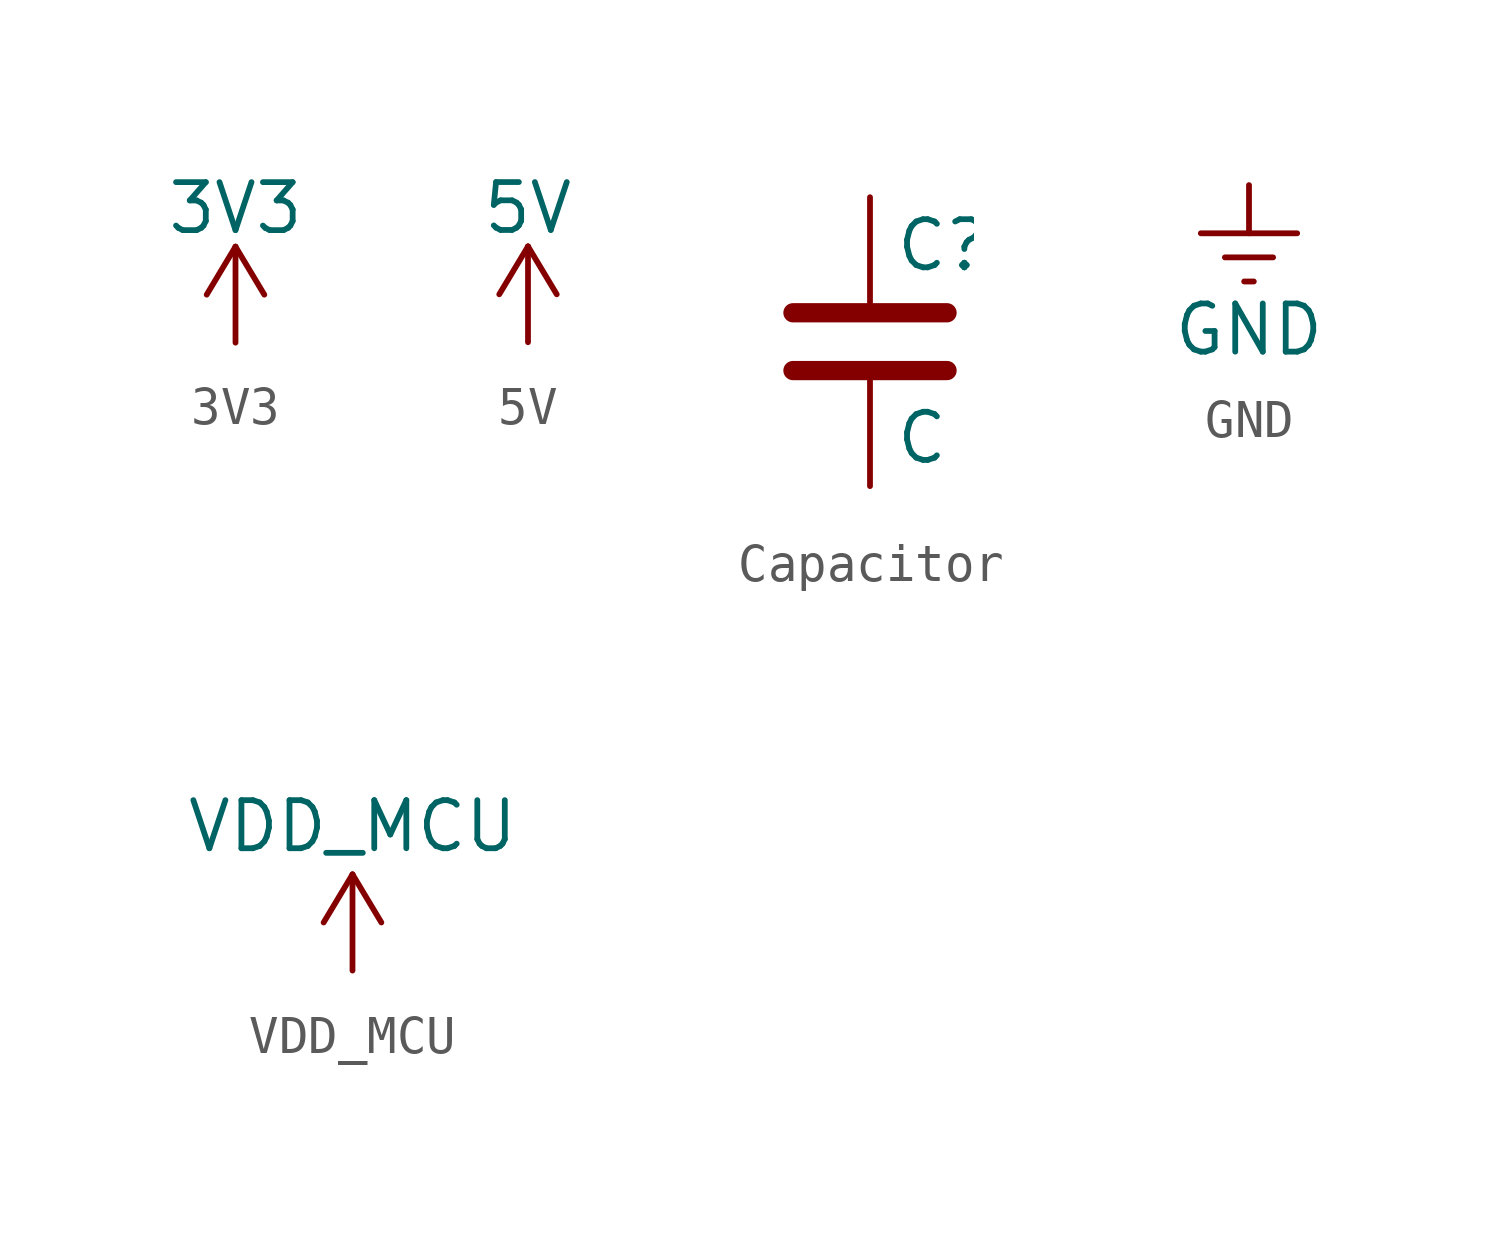
<source format=kicad_sym>
(kicad_symbol_lib
  (version 20220914)
  (generator kicad_symbol_editor)
  (symbol "3V3"
    (power)
    (pin_names
      (offset 0))
    (property "Reference" "#PWR"
      (at 0 -3.81 0)
      (effects (font (size 1.27 1.27)) hide))
    (property "Value" "3V3"
      (at 0 3.556 0)
      (effects (font (size 1.27 1.27))))
    (symbol "3V3_0_1"
      (polyline (pts (xy -0.762 1.27) (xy 0 2.54)) (stroke (width 0) (type default)) (fill (type none)))
      (polyline (pts (xy 0 0) (xy 0 2.54)) (stroke (width 0) (type default)) (fill (type none)))
      (polyline (pts (xy 0 2.54) (xy 0.762 1.27)) (stroke (width 0) (type default)) (fill (type none))))
    (symbol "3V3_1_1"
      (pin power_in line (at 0 0 90) (length 0) hide (name "+3V3" (effects (font (size 1.27 1.27)))) (number "1" (effects (font (size 1.27 1.27)))))))
  (symbol "5V"
    (power)
    (pin_names
      (offset 0))
    (property "Reference" "#PWR"
      (at 0 -3.81 0)
      (effects (font (size 1.27 1.27)) hide))
    (property "Value" "5V"
      (at 0 3.556 0)
      (effects (font (size 1.27 1.27))))
    (symbol "5V_0_1"
      (polyline (pts (xy -0.762 1.27) (xy 0 2.54)) (stroke (width 0) (type default)) (fill (type none)))
      (polyline (pts (xy 0 0) (xy 0 2.54)) (stroke (width 0) (type default)) (fill (type none)))
      (polyline (pts (xy 0 2.54) (xy 0.762 1.27)) (stroke (width 0) (type default)) (fill (type none))))
    (symbol "5V_1_1"
      (pin power_in line (at 0 0 90) (length 0) hide (name "+5V" (effects (font (size 1.27 1.27)))) (number "1" (effects (font (size 1.27 1.27)))))))
  (symbol "Capacitor"
    (pin_numbers hide)
    (pin_names
      (offset 0.254))
    (property "Reference" "C"
      (at 0.635 2.54 0)
      (effects (font (size 1.27 1.27)) (justify left)))
    (property "Value" "C"
      (at 0.635 -2.54 0)
      (effects (font (size 1.27 1.27)) (justify left)))
    (symbol "Capacitor_0_1"
      (polyline (pts (xy -2.032 -0.762) (xy 2.032 -0.762)) (stroke (width 0.508) (type default)) (fill (type none)))
      (polyline (pts (xy -2.032 0.762) (xy 2.032 0.762)) (stroke (width 0.508) (type default)) (fill (type none))))
    (symbol "Capacitor_1_1"
      (pin passive line (at 0 3.81 270) (length 2.794) (name "~" (effects (font (size 1.27 1.27)))) (number "1" (effects (font (size 1.27 1.27)))))
      (pin passive line (at 0 -3.81 90) (length 2.794) (name "~" (effects (font (size 1.27 1.27)))) (number "2" (effects (font (size 1.27 1.27)))))))
  (symbol "GND"
    (power)
    (pin_names
      (offset 0))
    (property "Reference" "#PWR"
      (at 0 -6.35 0)
      (effects (font (size 1.27 1.27)) hide))
    (property "Value" "GND"
      (at 0 -3.81 0)
      (effects (font (size 1.27 1.27))))
    (symbol "GND_0_1"
      (polyline (pts (xy -0.635 -1.905) (xy 0.635 -1.905)) (stroke (width 0) (type default)) (fill (type none)))
      (polyline (pts (xy -0.127 -2.54) (xy 0.127 -2.54)) (stroke (width 0) (type default)) (fill (type none)))
      (polyline (pts (xy 0 -1.27) (xy 0 0)) (stroke (width 0) (type default)) (fill (type none)))
      (polyline (pts (xy 1.27 -1.27) (xy -1.27 -1.27)) (stroke (width 0) (type default)) (fill (type none))))
    (symbol "GND_1_1"
      (pin power_in line (at 0 0 270) (length 0) hide (name "GNDREF" (effects (font (size 1.27 1.27)))) (number "1" (effects (font (size 1.27 1.27)))))))
  (symbol "VDD_MCU"
    (power)
    (pin_names
      (offset 0))
    (property "Reference" "#PWR"
      (at 0 -3.81 0)
      (effects (font (size 1.27 1.27)) hide))
    (property "Value" "VDD_MCU"
      (at 0 3.81 0)
      (effects (font (size 1.27 1.27))))
    (symbol "VDD_MCU_0_1"
      (polyline (pts (xy -0.762 1.27) (xy 0 2.54)) (stroke (width 0) (type default)) (fill (type none)))
      (polyline (pts (xy 0 0) (xy 0 2.54)) (stroke (width 0) (type default)) (fill (type none)))
      (polyline (pts (xy 0 2.54) (xy 0.762 1.27)) (stroke (width 0) (type default)) (fill (type none))))
    (symbol "VDD_MCU_1_1"
      (pin power_in line (at 0 0 90) (length 0) hide (name "VDD" (effects (font (size 1.27 1.27)))) (number "1" (effects (font (size 1.27 1.27))))))))
</source>
